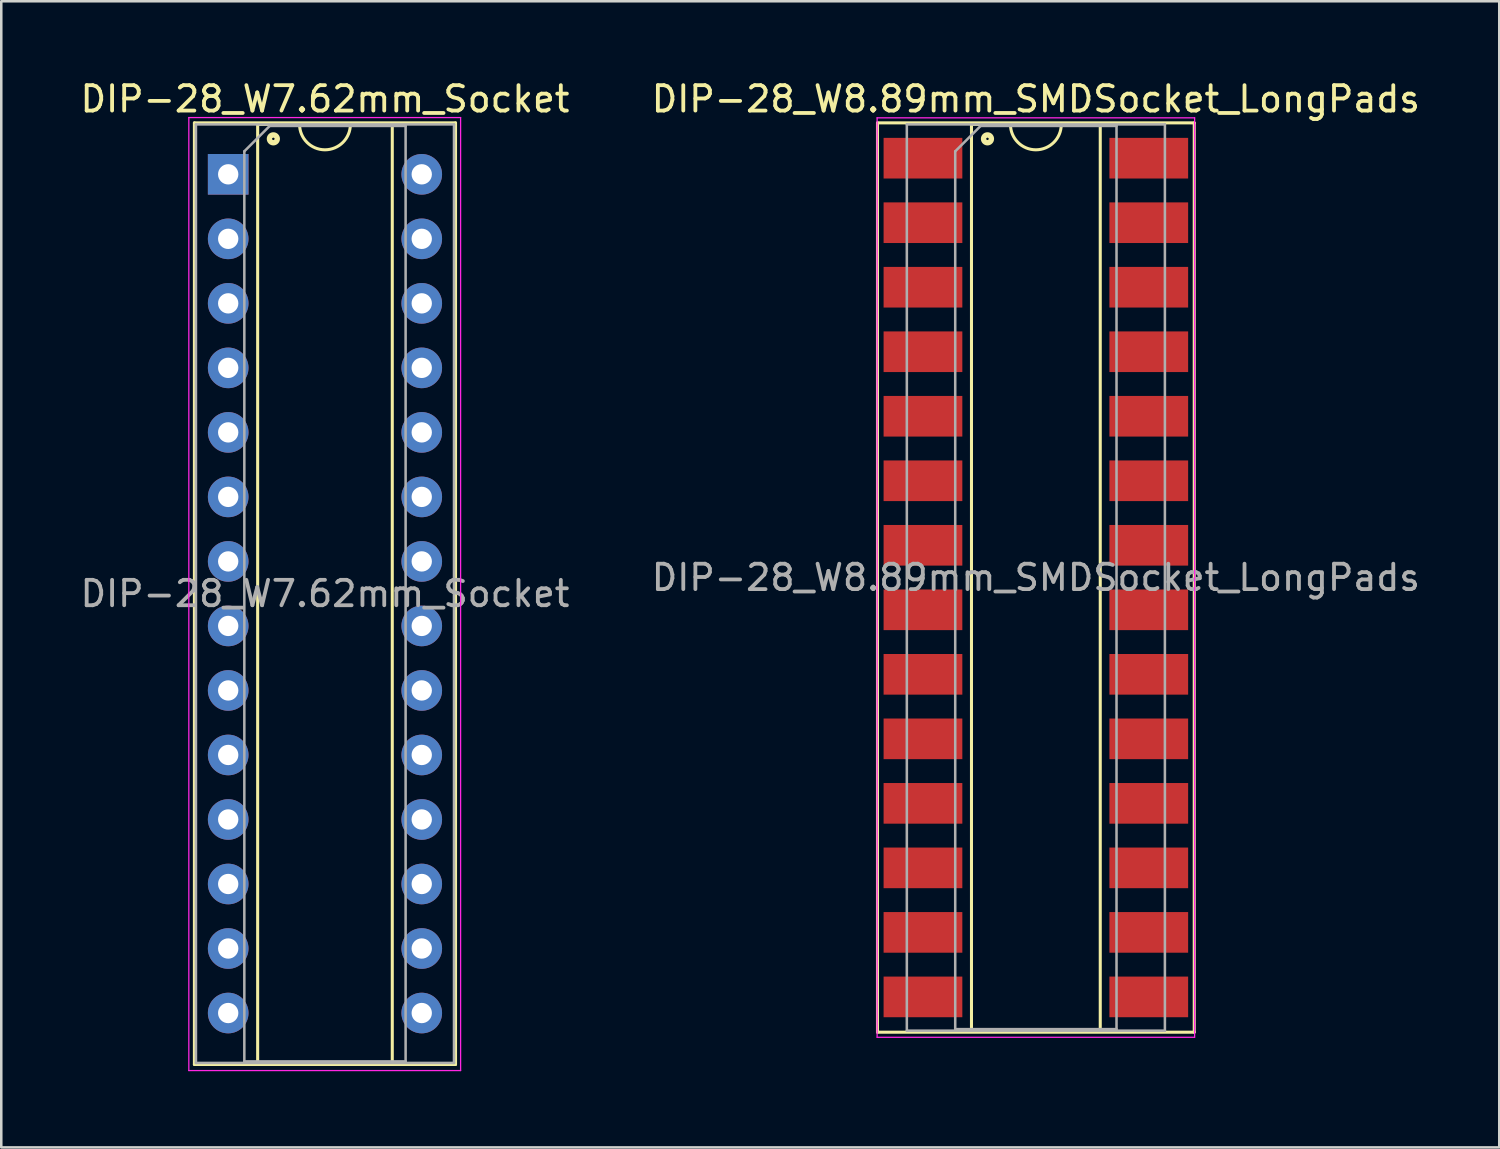
<source format=kicad_pcb>
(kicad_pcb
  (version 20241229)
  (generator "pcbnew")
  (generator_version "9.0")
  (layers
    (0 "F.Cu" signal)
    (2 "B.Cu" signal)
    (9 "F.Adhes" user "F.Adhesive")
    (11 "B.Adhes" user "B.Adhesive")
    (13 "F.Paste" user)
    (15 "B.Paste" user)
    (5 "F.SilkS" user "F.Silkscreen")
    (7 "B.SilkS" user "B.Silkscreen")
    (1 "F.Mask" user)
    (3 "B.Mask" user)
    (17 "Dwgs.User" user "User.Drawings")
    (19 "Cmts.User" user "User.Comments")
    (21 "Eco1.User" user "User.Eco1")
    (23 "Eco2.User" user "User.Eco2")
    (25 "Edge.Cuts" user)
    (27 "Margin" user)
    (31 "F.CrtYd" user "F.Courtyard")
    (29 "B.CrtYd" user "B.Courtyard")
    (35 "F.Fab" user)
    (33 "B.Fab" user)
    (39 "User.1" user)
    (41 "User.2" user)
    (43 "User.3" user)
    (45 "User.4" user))
  (footprint "DIP-28_W7.62mm_Socket"
    (layer "F.Cu")
    (at 5.934 3.813)
    (property "Reference" "DIP-28_W7.62mm_Socket" (at 3.81 -2.965 0) (layer "F.SilkS") (effects (font (size 1 1) (thickness 0.15))))
    (attr through_hole)
    (fp_line (start -1.33 -2.025) (end -1.33 35.045) (stroke (width 0.12) (type solid)) (layer "F.SilkS"))
    (fp_line (start -1.33 35.045) (end 8.95 35.045) (stroke (width 0.12) (type solid)) (layer "F.SilkS"))
    (fp_line (start 1.16 -1.965) (end 1.16 34.985) (stroke (width 0.12) (type solid)) (layer "F.SilkS"))
    (fp_line (start 1.16 34.985) (end 6.46 34.985) (stroke (width 0.12) (type solid)) (layer "F.SilkS"))
    (fp_line (start 2.81 -1.965) (end 1.16 -1.965) (stroke (width 0.12) (type solid)) (layer "F.SilkS"))
    (fp_line (start 6.46 -1.965) (end 4.81 -1.965) (stroke (width 0.12) (type solid)) (layer "F.SilkS"))
    (fp_line (start 6.46 34.985) (end 6.46 -1.965) (stroke (width 0.12) (type solid)) (layer "F.SilkS"))
    (fp_line (start 8.95 -2.025) (end -1.33 -2.025) (stroke (width 0.12) (type solid)) (layer "F.SilkS"))
    (fp_line (start 8.95 35.045) (end 8.95 -2.025) (stroke (width 0.12) (type solid)) (layer "F.SilkS"))
    (fp_arc (start 4.81 -1.965) (mid 3.81 -0.965) (end 2.81 -1.965) (stroke (width 0.12) (type solid)) (layer "F.SilkS"))
    (fp_circle (center 1.778 -1.397) (end 1.828 -1.397) (stroke (width 0.12) (type solid)) (fill no) (layer "F.SilkS"))
    (fp_circle (center 1.778 -1.397) (end 1.903 -1.397) (stroke (width 0.12) (type solid)) (fill no) (layer "F.SilkS"))
    (fp_circle (center 1.778 -1.397) (end 1.978 -1.397) (stroke (width 0.12) (type solid)) (fill no) (layer "F.SilkS"))
    (fp_line (start -1.55 -2.235) (end -1.55 35.285) (stroke (width 0.05) (type solid)) (layer "F.CrtYd"))
    (fp_line (start -1.55 35.285) (end 9.15 35.285) (stroke (width 0.05) (type solid)) (layer "F.CrtYd"))
    (fp_line (start 9.15 -2.235) (end -1.55 -2.235) (stroke (width 0.05) (type solid)) (layer "F.CrtYd"))
    (fp_line (start 9.15 35.285) (end 9.15 -2.235) (stroke (width 0.05) (type solid)) (layer "F.CrtYd"))
    (fp_line (start -1.27 -1.965) (end -1.27 34.985) (stroke (width 0.1) (type solid)) (layer "F.Fab"))
    (fp_line (start -1.27 34.985) (end 8.89 34.985) (stroke (width 0.1) (type solid)) (layer "F.Fab"))
    (fp_line (start 0.635 -0.905) (end 1.635 -1.905) (stroke (width 0.1) (type solid)) (layer "F.Fab"))
    (fp_line (start 0.635 34.925) (end 0.635 -0.905) (stroke (width 0.1) (type solid)) (layer "F.Fab"))
    (fp_line (start 1.635 -1.905) (end 6.985 -1.905) (stroke (width 0.1) (type solid)) (layer "F.Fab"))
    (fp_line (start 6.985 -1.905) (end 6.985 34.925) (stroke (width 0.1) (type solid)) (layer "F.Fab"))
    (fp_line (start 6.985 34.925) (end 0.635 34.925) (stroke (width 0.1) (type solid)) (layer "F.Fab"))
    (fp_line (start 8.89 -1.965) (end -1.27 -1.965) (stroke (width 0.1) (type solid)) (layer "F.Fab"))
    (fp_line (start 8.89 34.985) (end 8.89 -1.965) (stroke (width 0.1) (type solid)) (layer "F.Fab"))
    (fp_text user "${REFERENCE}" (at 3.81 16.51 0) (layer "F.Fab") (effects (font (size 1 1) (thickness 0.15))))
    (pad "1" thru_hole rect (at 0 0) (size 1.6 1.6) (drill 0.8) (layers "*.Cu" "*.Mask"))
    (pad "2" thru_hole oval (at 0 2.54) (size 1.6 1.6) (drill 0.8) (layers "*.Cu" "*.Mask"))
    (pad "3" thru_hole oval (at 0 5.08) (size 1.6 1.6) (drill 0.8) (layers "*.Cu" "*.Mask"))
    (pad "4" thru_hole oval (at 0 7.62) (size 1.6 1.6) (drill 0.8) (layers "*.Cu" "*.Mask"))
    (pad "5" thru_hole oval (at 0 10.16) (size 1.6 1.6) (drill 0.8) (layers "*.Cu" "*.Mask"))
    (pad "6" thru_hole oval (at 0 12.7) (size 1.6 1.6) (drill 0.8) (layers "*.Cu" "*.Mask"))
    (pad "7" thru_hole oval (at 0 15.24) (size 1.6 1.6) (drill 0.8) (layers "*.Cu" "*.Mask"))
    (pad "8" thru_hole oval (at 0 17.78) (size 1.6 1.6) (drill 0.8) (layers "*.Cu" "*.Mask"))
    (pad "9" thru_hole oval (at 0 20.32) (size 1.6 1.6) (drill 0.8) (layers "*.Cu" "*.Mask"))
    (pad "10" thru_hole oval (at 0 22.86) (size 1.6 1.6) (drill 0.8) (layers "*.Cu" "*.Mask"))
    (pad "11" thru_hole oval (at 0 25.4) (size 1.6 1.6) (drill 0.8) (layers "*.Cu" "*.Mask"))
    (pad "12" thru_hole oval (at 0 27.94) (size 1.6 1.6) (drill 0.8) (layers "*.Cu" "*.Mask"))
    (pad "13" thru_hole oval (at 0 30.48) (size 1.6 1.6) (drill 0.8) (layers "*.Cu" "*.Mask"))
    (pad "14" thru_hole oval (at 0 33.02) (size 1.6 1.6) (drill 0.8) (layers "*.Cu" "*.Mask"))
    (pad "15" thru_hole oval (at 7.62 33.02) (size 1.6 1.6) (drill 0.8) (layers "*.Cu" "*.Mask"))
    (pad "16" thru_hole oval (at 7.62 30.48) (size 1.6 1.6) (drill 0.8) (layers "*.Cu" "*.Mask"))
    (pad "17" thru_hole oval (at 7.62 27.94) (size 1.6 1.6) (drill 0.8) (layers "*.Cu" "*.Mask"))
    (pad "18" thru_hole oval (at 7.62 25.4) (size 1.6 1.6) (drill 0.8) (layers "*.Cu" "*.Mask"))
    (pad "19" thru_hole oval (at 7.62 22.86) (size 1.6 1.6) (drill 0.8) (layers "*.Cu" "*.Mask"))
    (pad "20" thru_hole oval (at 7.62 20.32) (size 1.6 1.6) (drill 0.8) (layers "*.Cu" "*.Mask"))
    (pad "21" thru_hole oval (at 7.62 17.78) (size 1.6 1.6) (drill 0.8) (layers "*.Cu" "*.Mask"))
    (pad "22" thru_hole oval (at 7.62 15.24) (size 1.6 1.6) (drill 0.8) (layers "*.Cu" "*.Mask"))
    (pad "23" thru_hole oval (at 7.62 12.7) (size 1.6 1.6) (drill 0.8) (layers "*.Cu" "*.Mask"))
    (pad "24" thru_hole oval (at 7.62 10.16) (size 1.6 1.6) (drill 0.8) (layers "*.Cu" "*.Mask"))
    (pad "25" thru_hole oval (at 7.62 7.62) (size 1.6 1.6) (drill 0.8) (layers "*.Cu" "*.Mask"))
    (pad "26" thru_hole oval (at 7.62 5.08) (size 1.6 1.6) (drill 0.8) (layers "*.Cu" "*.Mask"))
    (pad "27" thru_hole oval (at 7.62 2.54) (size 1.6 1.6) (drill 0.8) (layers "*.Cu" "*.Mask"))
    (pad "28" thru_hole oval (at 7.62 0) (size 1.6 1.6) (drill 0.8) (layers "*.Cu" "*.Mask")))
  (footprint "DIP-28_W8.89mm_SMDSocket_LongPads"
    (layer "F.Cu")
    (at 37.732 19.688)
    (property "Reference" "DIP-28_W8.89mm_SMDSocket_LongPads" (at 0 -18.84 0) (layer "F.SilkS") (effects (font (size 1 1) (thickness 0.15))))
    (attr smd)
    (fp_line (start -6.235 -17.9) (end -6.235 17.9) (stroke (width 0.12) (type solid)) (layer "F.SilkS"))
    (fp_line (start -6.235 17.9) (end 6.235 17.9) (stroke (width 0.12) (type solid)) (layer "F.SilkS"))
    (fp_line (start -2.535 -17.84) (end -2.535 17.84) (stroke (width 0.12) (type solid)) (layer "F.SilkS"))
    (fp_line (start -2.535 17.84) (end 2.535 17.84) (stroke (width 0.12) (type solid)) (layer "F.SilkS"))
    (fp_line (start -1 -17.84) (end -2.535 -17.84) (stroke (width 0.12) (type solid)) (layer "F.SilkS"))
    (fp_line (start 2.535 -17.84) (end 1 -17.84) (stroke (width 0.12) (type solid)) (layer "F.SilkS"))
    (fp_line (start 2.535 17.84) (end 2.535 -17.84) (stroke (width 0.12) (type solid)) (layer "F.SilkS"))
    (fp_line (start 6.235 -17.9) (end -6.235 -17.9) (stroke (width 0.12) (type solid)) (layer "F.SilkS"))
    (fp_line (start 6.235 17.9) (end 6.235 -17.9) (stroke (width 0.12) (type solid)) (layer "F.SilkS"))
    (fp_arc (start 1 -17.84) (mid 0 -16.84) (end -1 -17.84) (stroke (width 0.12) (type solid)) (layer "F.SilkS"))
    (fp_circle (center -1.905 -17.272) (end -1.855 -17.272) (stroke (width 0.12) (type solid)) (fill no) (layer "F.SilkS"))
    (fp_circle (center -1.905 -17.272) (end -1.78 -17.272) (stroke (width 0.12) (type solid)) (fill no) (layer "F.SilkS"))
    (fp_circle (center -1.905 -17.272) (end -1.705 -17.272) (stroke (width 0.12) (type solid)) (fill no) (layer "F.SilkS"))
    (fp_line (start -6.25 -18.1) (end -6.25 18.1) (stroke (width 0.05) (type solid)) (layer "F.CrtYd"))
    (fp_line (start -6.25 18.1) (end 6.25 18.1) (stroke (width 0.05) (type solid)) (layer "F.CrtYd"))
    (fp_line (start 6.25 -18.1) (end -6.25 -18.1) (stroke (width 0.05) (type solid)) (layer "F.CrtYd"))
    (fp_line (start 6.25 18.1) (end 6.25 -18.1) (stroke (width 0.05) (type solid)) (layer "F.CrtYd"))
    (fp_line (start -5.08 -17.84) (end -5.08 17.84) (stroke (width 0.1) (type solid)) (layer "F.Fab"))
    (fp_line (start -5.08 17.84) (end 5.08 17.84) (stroke (width 0.1) (type solid)) (layer "F.Fab"))
    (fp_line (start -3.175 -16.78) (end -2.175 -17.78) (stroke (width 0.1) (type solid)) (layer "F.Fab"))
    (fp_line (start -3.175 17.78) (end -3.175 -16.78) (stroke (width 0.1) (type solid)) (layer "F.Fab"))
    (fp_line (start -2.175 -17.78) (end 3.175 -17.78) (stroke (width 0.1) (type solid)) (layer "F.Fab"))
    (fp_line (start 3.175 -17.78) (end 3.175 17.78) (stroke (width 0.1) (type solid)) (layer "F.Fab"))
    (fp_line (start 3.175 17.78) (end -3.175 17.78) (stroke (width 0.1) (type solid)) (layer "F.Fab"))
    (fp_line (start 5.08 -17.84) (end -5.08 -17.84) (stroke (width 0.1) (type solid)) (layer "F.Fab"))
    (fp_line (start 5.08 17.84) (end 5.08 -17.84) (stroke (width 0.1) (type solid)) (layer "F.Fab"))
    (fp_text user "${REFERENCE}" (at 0 0 0) (layer "F.Fab") (effects (font (size 1 1) (thickness 0.15))))
    (pad "1" smd rect (at -4.445 -16.51) (size 3.1 1.6) (layers "F.Cu" "F.Mask" "F.Paste"))
    (pad "2" smd rect (at -4.445 -13.97) (size 3.1 1.6) (layers "F.Cu" "F.Mask" "F.Paste"))
    (pad "3" smd rect (at -4.445 -11.43) (size 3.1 1.6) (layers "F.Cu" "F.Mask" "F.Paste"))
    (pad "4" smd rect (at -4.445 -8.89) (size 3.1 1.6) (layers "F.Cu" "F.Mask" "F.Paste"))
    (pad "5" smd rect (at -4.445 -6.35) (size 3.1 1.6) (layers "F.Cu" "F.Mask" "F.Paste"))
    (pad "6" smd rect (at -4.445 -3.81) (size 3.1 1.6) (layers "F.Cu" "F.Mask" "F.Paste"))
    (pad "7" smd rect (at -4.445 -1.27) (size 3.1 1.6) (layers "F.Cu" "F.Mask" "F.Paste"))
    (pad "8" smd rect (at -4.445 1.27) (size 3.1 1.6) (layers "F.Cu" "F.Mask" "F.Paste"))
    (pad "9" smd rect (at -4.445 3.81) (size 3.1 1.6) (layers "F.Cu" "F.Mask" "F.Paste"))
    (pad "10" smd rect (at -4.445 6.35) (size 3.1 1.6) (layers "F.Cu" "F.Mask" "F.Paste"))
    (pad "11" smd rect (at -4.445 8.89) (size 3.1 1.6) (layers "F.Cu" "F.Mask" "F.Paste"))
    (pad "12" smd rect (at -4.445 11.43) (size 3.1 1.6) (layers "F.Cu" "F.Mask" "F.Paste"))
    (pad "13" smd rect (at -4.445 13.97) (size 3.1 1.6) (layers "F.Cu" "F.Mask" "F.Paste"))
    (pad "14" smd rect (at -4.445 16.51) (size 3.1 1.6) (layers "F.Cu" "F.Mask" "F.Paste"))
    (pad "15" smd rect (at 4.445 16.51) (size 3.1 1.6) (layers "F.Cu" "F.Mask" "F.Paste"))
    (pad "16" smd rect (at 4.445 13.97) (size 3.1 1.6) (layers "F.Cu" "F.Mask" "F.Paste"))
    (pad "17" smd rect (at 4.445 11.43) (size 3.1 1.6) (layers "F.Cu" "F.Mask" "F.Paste"))
    (pad "18" smd rect (at 4.445 8.89) (size 3.1 1.6) (layers "F.Cu" "F.Mask" "F.Paste"))
    (pad "19" smd rect (at 4.445 6.35) (size 3.1 1.6) (layers "F.Cu" "F.Mask" "F.Paste"))
    (pad "20" smd rect (at 4.445 3.81) (size 3.1 1.6) (layers "F.Cu" "F.Mask" "F.Paste"))
    (pad "21" smd rect (at 4.445 1.27) (size 3.1 1.6) (layers "F.Cu" "F.Mask" "F.Paste"))
    (pad "22" smd rect (at 4.445 -1.27) (size 3.1 1.6) (layers "F.Cu" "F.Mask" "F.Paste"))
    (pad "23" smd rect (at 4.445 -3.81) (size 3.1 1.6) (layers "F.Cu" "F.Mask" "F.Paste"))
    (pad "24" smd rect (at 4.445 -6.35) (size 3.1 1.6) (layers "F.Cu" "F.Mask" "F.Paste"))
    (pad "25" smd rect (at 4.445 -8.89) (size 3.1 1.6) (layers "F.Cu" "F.Mask" "F.Paste"))
    (pad "26" smd rect (at 4.445 -11.43) (size 3.1 1.6) (layers "F.Cu" "F.Mask" "F.Paste"))
    (pad "27" smd rect (at 4.445 -13.97) (size 3.1 1.6) (layers "F.Cu" "F.Mask" "F.Paste"))
    (pad "28" smd rect (at 4.445 -16.51) (size 3.1 1.6) (layers "F.Cu" "F.Mask" "F.Paste")))
  (gr_rect
    (start -3 -3)
    (end 55.976 42.123)
    (stroke (width 0.1) (type default))
    (fill no)
    (layer "Edge.Cuts")))
</source>
